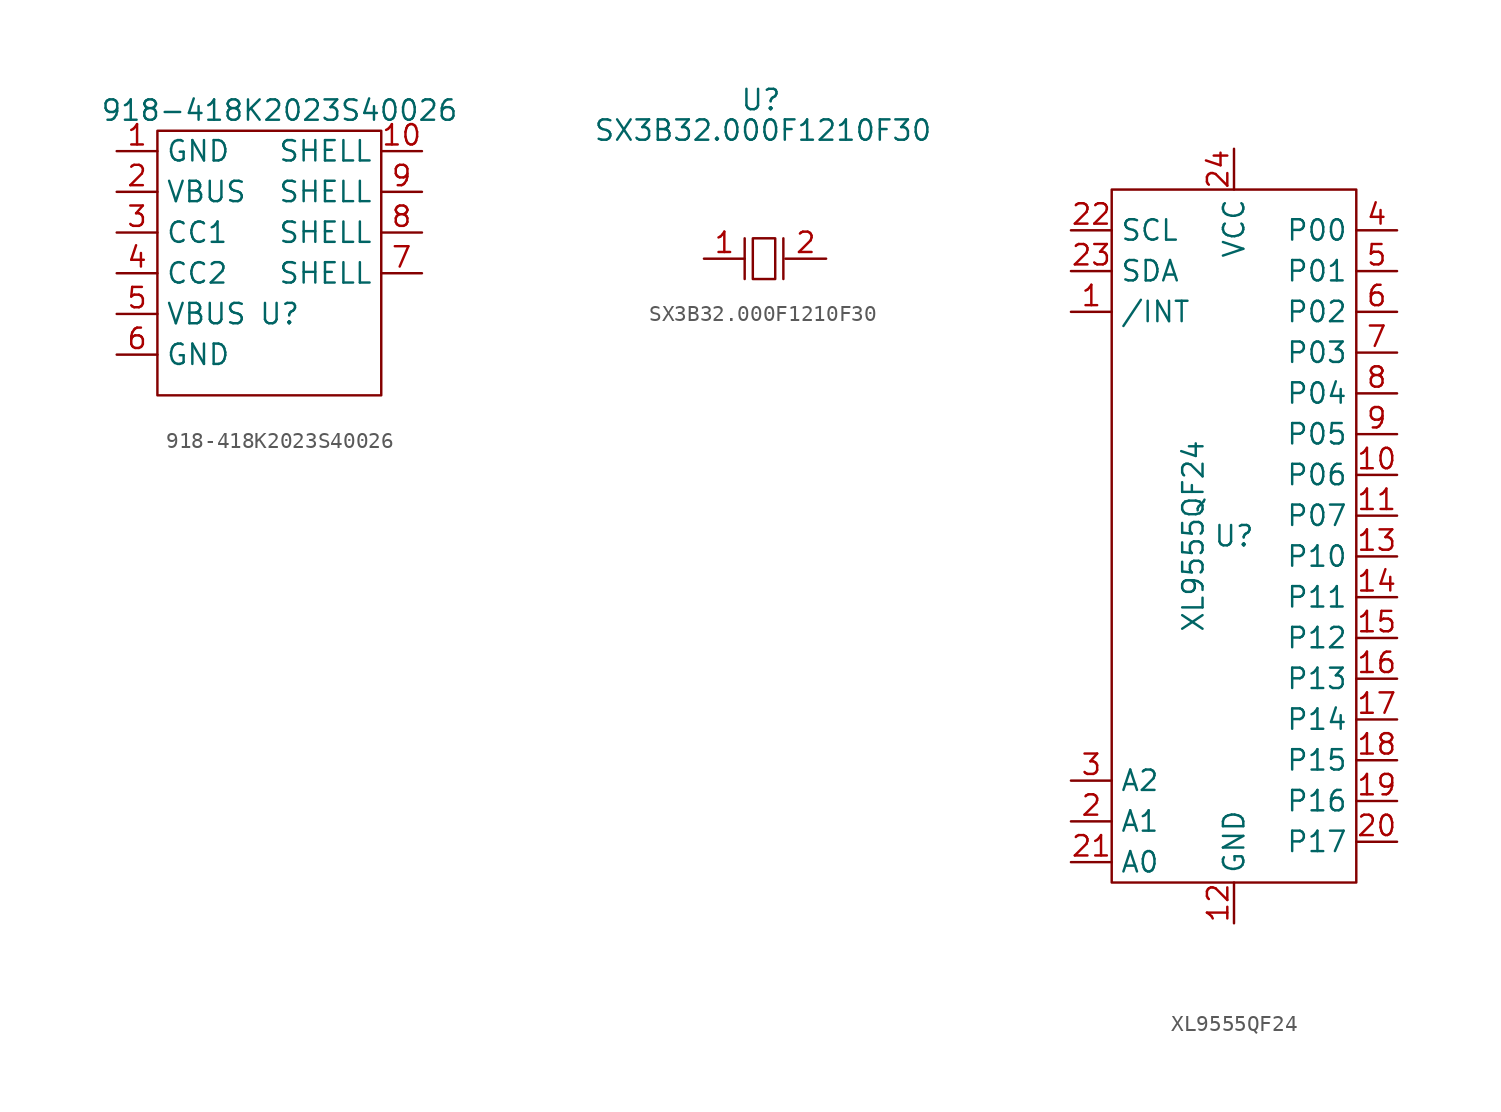
<source format=kicad_sym>
(kicad_symbol_lib
  (version 20211014)
  (generator kicad_symbol_editor)
  (symbol "918-418K2023S40026"
    (property "Reference" "U"
      (at 0 -3.81 0)
      (effects (font (size 1.27 1.27))))
    (property "Value" "918-418K2023S40026"
      (at 0 8.89 0)
      (effects (font (size 1.27 1.27))))
    (symbol "918-418K2023S40026_0_1"
      (rectangle (start -7.62 7.62) (end 6.35 -8.89) (stroke (width 0) (type default) (color 0 0 0 0)) (fill (type none))))
    (symbol "918-418K2023S40026_1_1"
      (pin output line (at -10.16 6.35 0) (length 2.54) (name "GND" (effects (font (size 1.27 1.27)))) (number "1" (effects (font (size 1.27 1.27)))))
      (pin output line (at 8.89 6.35 180) (length 2.54) (name "SHELL" (effects (font (size 1.27 1.27)))) (number "10" (effects (font (size 1.27 1.27)))))
      (pin power_out line (at -10.16 3.81 0) (length 2.54) (name "VBUS" (effects (font (size 1.27 1.27)))) (number "2" (effects (font (size 1.27 1.27)))))
      (pin output line (at -10.16 1.27 0) (length 2.54) (name "CC1" (effects (font (size 1.27 1.27)))) (number "3" (effects (font (size 1.27 1.27)))))
      (pin output line (at -10.16 -1.27 0) (length 2.54) (name "CC2" (effects (font (size 1.27 1.27)))) (number "4" (effects (font (size 1.27 1.27)))))
      (pin power_out line (at -10.16 -3.81 0) (length 2.54) (name "VBUS" (effects (font (size 1.27 1.27)))) (number "5" (effects (font (size 1.27 1.27)))))
      (pin output line (at -10.16 -6.35 0) (length 2.54) (name "GND" (effects (font (size 1.27 1.27)))) (number "6" (effects (font (size 1.27 1.27)))))
      (pin output line (at 8.89 -1.27 180) (length 2.54) (name "SHELL" (effects (font (size 1.27 1.27)))) (number "7" (effects (font (size 1.27 1.27)))))
      (pin output line (at 8.89 1.27 180) (length 2.54) (name "SHELL" (effects (font (size 1.27 1.27)))) (number "8" (effects (font (size 1.27 1.27)))))
      (pin output line (at 8.89 3.81 180) (length 2.54) (name "SHELL" (effects (font (size 1.27 1.27)))) (number "9" (effects (font (size 1.27 1.27)))))))
  (symbol "SX3B32.000F1210F30"
    (property "Reference" "U"
      (at -0.254 4.826 0)
      (effects (font (size 1.27 1.27))))
    (property "Value" "SX3B32.000F1210F30"
      (at -0.127 2.921 0)
      (effects (font (size 1.27 1.27))))
    (symbol "SX3B32.000F1210F30_0_1"
      (polyline (pts (xy -1.27 -3.81) (xy -1.27 -6.35)) (stroke (width 0) (type default) (color 0 0 0 0)) (fill (type none)))
      (polyline (pts (xy 1.143 -3.81) (xy 1.143 -6.35)) (stroke (width 0) (type default) (color 0 0 0 0)) (fill (type none)))
      (polyline (pts (xy -0.762 -3.81) (xy -0.762 -6.35) (xy 0.635 -6.35) (xy 0.635 -3.81) (xy -0.762 -3.81)) (stroke (width 0) (type default) (color 0 0 0 0)) (fill (type none))))
    (symbol "SX3B32.000F1210F30_1_1"
      (pin input line (at -3.81 -5.08 0) (length 2.54) (name "" (effects (font (size 1.27 1.27)))) (number "1" (effects (font (size 1.27 1.27)))))
      (pin output line (at 3.81 -5.08 180) (length 2.54) (name "" (effects (font (size 1.27 1.27)))) (number "2" (effects (font (size 1.27 1.27)))))))
  (symbol "XL9555QF24"
    (property "Reference" "U"
      (at 0 -15.24 0)
      (effects (font (size 1.27 1.27))))
    (property "Value" "XL9555QF24"
      (at -2.54 -15.24 90)
      (effects (font (size 1.27 1.27))))
    (symbol "XL9555QF24_0_1"
      (rectangle (start -7.62 6.35) (end 7.62 -36.83) (stroke (width 0) (type default) (color 0 0 0 0)) (fill (type none))))
    (symbol "XL9555QF24_1_1"
      (pin input line (at -10.16 -1.27 0) (length 2.54) (name "/INT" (effects (font (size 1.27 1.27)))) (number "1" (effects (font (size 1.27 1.27)))))
      (pin bidirectional line (at 10.16 -11.43 180) (length 2.54) (name "P06" (effects (font (size 1.27 1.27)))) (number "10" (effects (font (size 1.27 1.27)))))
      (pin bidirectional line (at 10.16 -13.97 180) (length 2.54) (name "P07" (effects (font (size 1.27 1.27)))) (number "11" (effects (font (size 1.27 1.27)))))
      (pin input line (at 0 -39.37 90) (length 2.54) (name "GND" (effects (font (size 1.27 1.27)))) (number "12" (effects (font (size 1.27 1.27)))))
      (pin bidirectional line (at 10.16 -16.51 180) (length 2.54) (name "P10" (effects (font (size 1.27 1.27)))) (number "13" (effects (font (size 1.27 1.27)))))
      (pin bidirectional line (at 10.16 -19.05 180) (length 2.54) (name "P11" (effects (font (size 1.27 1.27)))) (number "14" (effects (font (size 1.27 1.27)))))
      (pin bidirectional line (at 10.16 -21.59 180) (length 2.54) (name "P12" (effects (font (size 1.27 1.27)))) (number "15" (effects (font (size 1.27 1.27)))))
      (pin bidirectional line (at 10.16 -24.13 180) (length 2.54) (name "P13" (effects (font (size 1.27 1.27)))) (number "16" (effects (font (size 1.27 1.27)))))
      (pin bidirectional line (at 10.16 -26.67 180) (length 2.54) (name "P14" (effects (font (size 1.27 1.27)))) (number "17" (effects (font (size 1.27 1.27)))))
      (pin bidirectional line (at 10.16 -29.21 180) (length 2.54) (name "P15" (effects (font (size 1.27 1.27)))) (number "18" (effects (font (size 1.27 1.27)))))
      (pin bidirectional line (at 10.16 -31.75 180) (length 2.54) (name "P16" (effects (font (size 1.27 1.27)))) (number "19" (effects (font (size 1.27 1.27)))))
      (pin input line (at -10.16 -33.02 0) (length 2.54) (name "A1" (effects (font (size 1.27 1.27)))) (number "2" (effects (font (size 1.27 1.27)))))
      (pin bidirectional line (at 10.16 -34.29 180) (length 2.54) (name "P17" (effects (font (size 1.27 1.27)))) (number "20" (effects (font (size 1.27 1.27)))))
      (pin input line (at -10.16 -35.56 0) (length 2.54) (name "A0" (effects (font (size 1.27 1.27)))) (number "21" (effects (font (size 1.27 1.27)))))
      (pin input line (at -10.16 3.81 0) (length 2.54) (name "SCL" (effects (font (size 1.27 1.27)))) (number "22" (effects (font (size 1.27 1.27)))))
      (pin input line (at -10.16 1.27 0) (length 2.54) (name "SDA" (effects (font (size 1.27 1.27)))) (number "23" (effects (font (size 1.27 1.27)))))
      (pin input line (at 0 8.89 270) (length 2.54) (name "VCC" (effects (font (size 1.27 1.27)))) (number "24" (effects (font (size 1.27 1.27)))))
      (pin input line (at -10.16 -30.48 0) (length 2.54) (name "A2" (effects (font (size 1.27 1.27)))) (number "3" (effects (font (size 1.27 1.27)))))
      (pin bidirectional line (at 10.16 3.81 180) (length 2.54) (name "P00" (effects (font (size 1.27 1.27)))) (number "4" (effects (font (size 1.27 1.27)))))
      (pin bidirectional line (at 10.16 1.27 180) (length 2.54) (name "P01" (effects (font (size 1.27 1.27)))) (number "5" (effects (font (size 1.27 1.27)))))
      (pin bidirectional line (at 10.16 -1.27 180) (length 2.54) (name "P02" (effects (font (size 1.27 1.27)))) (number "6" (effects (font (size 1.27 1.27)))))
      (pin bidirectional line (at 10.16 -3.81 180) (length 2.54) (name "P03" (effects (font (size 1.27 1.27)))) (number "7" (effects (font (size 1.27 1.27)))))
      (pin bidirectional line (at 10.16 -6.35 180) (length 2.54) (name "P04" (effects (font (size 1.27 1.27)))) (number "8" (effects (font (size 1.27 1.27)))))
      (pin bidirectional line (at 10.16 -8.89 180) (length 2.54) (name "P05" (effects (font (size 1.27 1.27)))) (number "9" (effects (font (size 1.27 1.27))))))))
</source>
